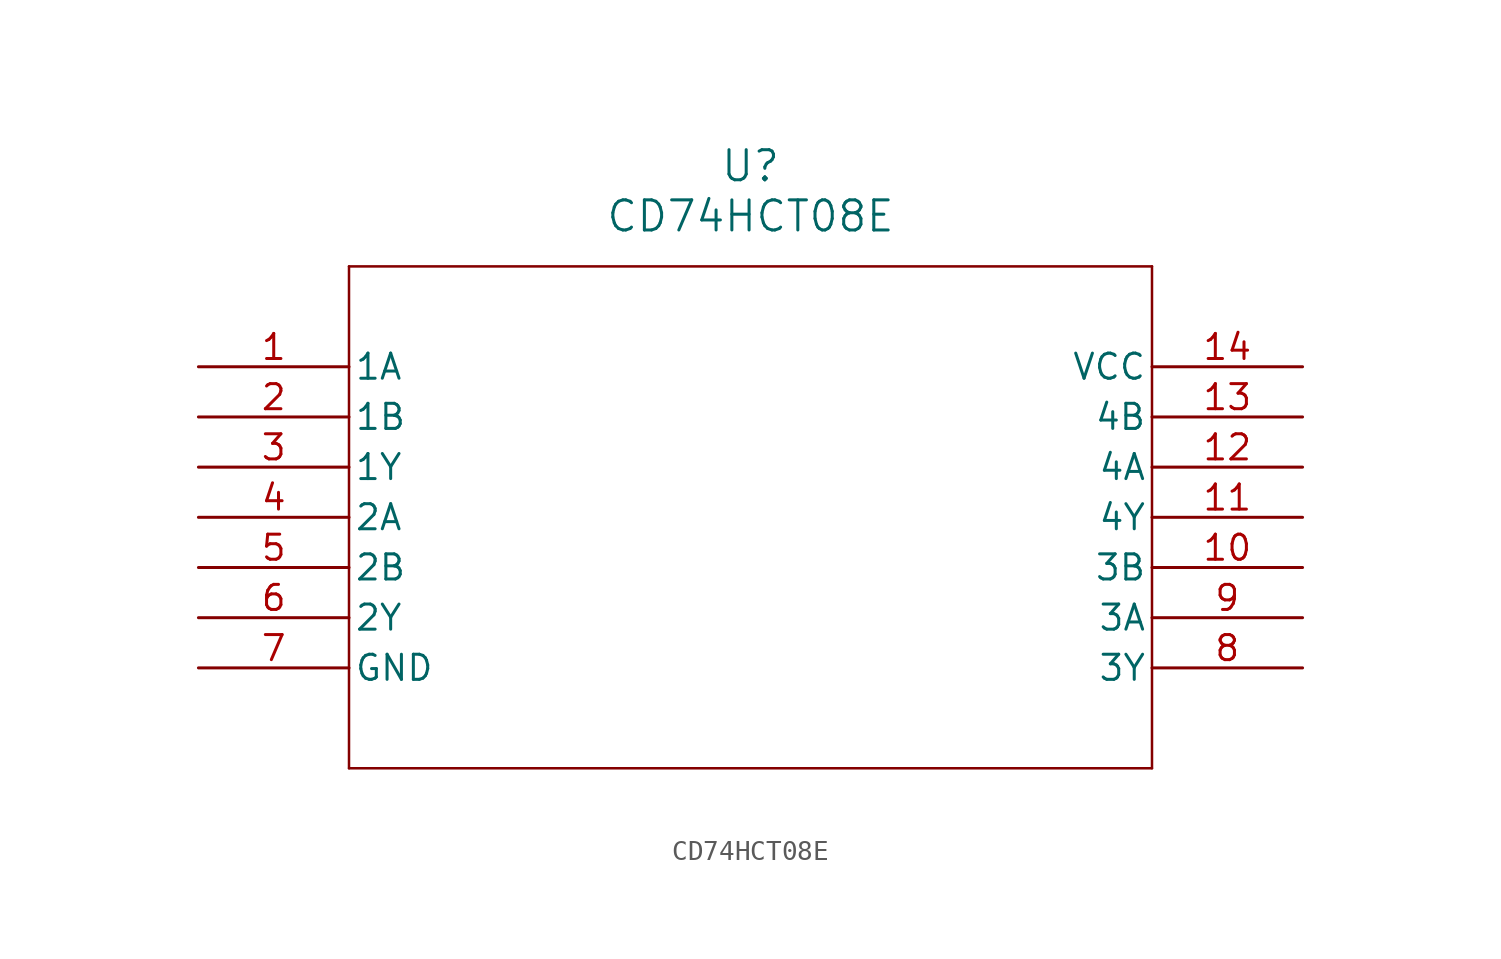
<source format=kicad_sym>
(kicad_symbol_lib
  (version 20211014)
  (generator kicad_symbol_editor)
  (symbol "CD74HCT08E"
    (pin_names
      (offset 0.254))
    (property "Reference" "U"
      (at 27.94 10.16 0)
      (effects (font (size 1.524 1.524))))
    (property "Value" "CD74HCT08E"
      (at 27.94 7.62 0)
      (effects (font (size 1.524 1.524))))
    (symbol "CD74HCT08E_0_1"
      (polyline (pts (xy 7.62 5.08) (xy 7.62 -20.32)) (stroke (width 0.127) (type default) (color 0 0 0 0)) (fill (type none)))
      (polyline (pts (xy 7.62 -20.32) (xy 48.26 -20.32)) (stroke (width 0.127) (type default) (color 0 0 0 0)) (fill (type none)))
      (polyline (pts (xy 48.26 -20.32) (xy 48.26 5.08)) (stroke (width 0.127) (type default) (color 0 0 0 0)) (fill (type none)))
      (polyline (pts (xy 48.26 5.08) (xy 7.62 5.08)) (stroke (width 0.127) (type default) (color 0 0 0 0)) (fill (type none)))
      (pin input line (at 0 0 0) (length 7.62) (name "1A" (effects (font (size 1.27 1.27)))) (number "1" (effects (font (size 1.27 1.27)))))
      (pin input line (at 0 -2.54 0) (length 7.62) (name "1B" (effects (font (size 1.27 1.27)))) (number "2" (effects (font (size 1.27 1.27)))))
      (pin output line (at 0 -5.08 0) (length 7.62) (name "1Y" (effects (font (size 1.27 1.27)))) (number "3" (effects (font (size 1.27 1.27)))))
      (pin input line (at 0 -7.62 0) (length 7.62) (name "2A" (effects (font (size 1.27 1.27)))) (number "4" (effects (font (size 1.27 1.27)))))
      (pin input line (at 0 -10.16 0) (length 7.62) (name "2B" (effects (font (size 1.27 1.27)))) (number "5" (effects (font (size 1.27 1.27)))))
      (pin output line (at 0 -12.7 0) (length 7.62) (name "2Y" (effects (font (size 1.27 1.27)))) (number "6" (effects (font (size 1.27 1.27)))))
      (pin power_in line (at 0 -15.24 0) (length 7.62) (name "GND" (effects (font (size 1.27 1.27)))) (number "7" (effects (font (size 1.27 1.27)))))
      (pin output line (at 55.88 -15.24 180) (length 7.62) (name "3Y" (effects (font (size 1.27 1.27)))) (number "8" (effects (font (size 1.27 1.27)))))
      (pin input line (at 55.88 -12.7 180) (length 7.62) (name "3A" (effects (font (size 1.27 1.27)))) (number "9" (effects (font (size 1.27 1.27)))))
      (pin input line (at 55.88 -10.16 180) (length 7.62) (name "3B" (effects (font (size 1.27 1.27)))) (number "10" (effects (font (size 1.27 1.27)))))
      (pin output line (at 55.88 -7.62 180) (length 7.62) (name "4Y" (effects (font (size 1.27 1.27)))) (number "11" (effects (font (size 1.27 1.27)))))
      (pin input line (at 55.88 -5.08 180) (length 7.62) (name "4A" (effects (font (size 1.27 1.27)))) (number "12" (effects (font (size 1.27 1.27)))))
      (pin input line (at 55.88 -2.54 180) (length 7.62) (name "4B" (effects (font (size 1.27 1.27)))) (number "13" (effects (font (size 1.27 1.27)))))
      (pin power_in line (at 55.88 0 180) (length 7.62) (name "VCC" (effects (font (size 1.27 1.27)))) (number "14" (effects (font (size 1.27 1.27))))))))
</source>
